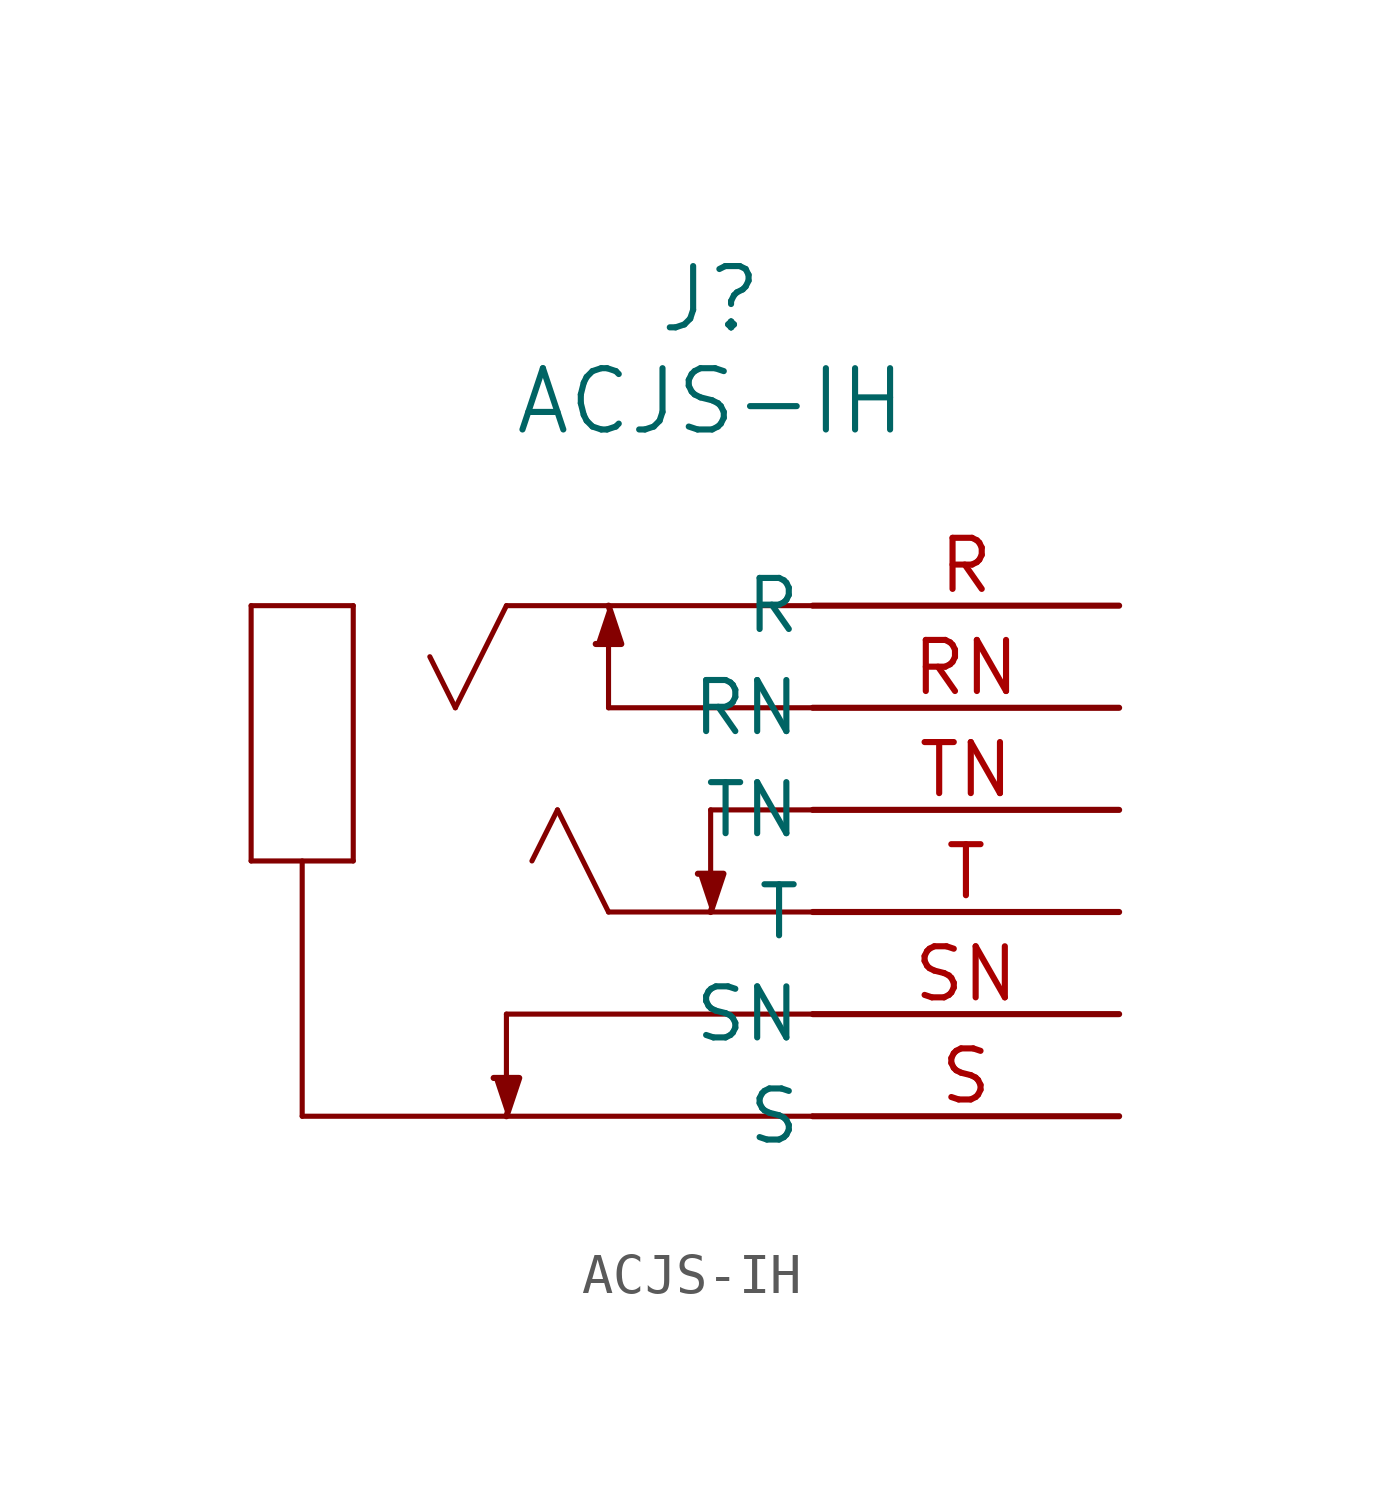
<source format=kicad_sym>
(kicad_symbol_lib
  (version 20231120)
  (generator "kicad_symbol_editor")
  (generator_version "8.0")
  (symbol "ACJS-IH"
    (pin_names
      (offset 0.254))
    (property "Reference" "J"
      (at -10.16 7.62 0)
      (effects (font (size 1.524 1.524))))
    (property "Value" "ACJS-IH"
      (at -10.16 5.08 0)
      (effects (font (size 1.524 1.524))))
    (symbol "ACJS-IH_0_1"
      (polyline (pts (xy -21.59 -6.35) (xy -21.59 0)) (stroke (width 0.127) (type default)) (fill (type none)))
      (polyline (pts (xy -21.59 0) (xy -19.05 0)) (stroke (width 0.127) (type default)) (fill (type none)))
      (polyline (pts (xy -20.32 -6.35) (xy -20.32 -12.7)) (stroke (width 0.127) (type default)) (fill (type none)))
      (polyline (pts (xy -19.05 -6.35) (xy -21.59 -6.35)) (stroke (width 0.127) (type default)) (fill (type none)))
      (polyline (pts (xy -19.05 0) (xy -19.05 -6.35)) (stroke (width 0.127) (type default)) (fill (type none)))
      (polyline (pts (xy -16.51 -2.54) (xy -17.145 -1.27)) (stroke (width 0.127) (type default)) (fill (type none)))
      (polyline (pts (xy -15.24 -11.748) (xy -15.24 -10.16)) (stroke (width 0.127) (type default)) (fill (type none)))
      (polyline (pts (xy -15.24 0) (xy -16.51 -2.54)) (stroke (width 0.127) (type default)) (fill (type none)))
      (polyline (pts (xy -13.97 -5.08) (xy -14.605 -6.35)) (stroke (width 0.127) (type default)) (fill (type none)))
      (polyline (pts (xy -12.7 -7.62) (xy -13.97 -5.08)) (stroke (width 0.127) (type default)) (fill (type none)))
      (polyline (pts (xy -12.7 -0.953) (xy -12.7 -2.54)) (stroke (width 0.127) (type default)) (fill (type none)))
      (polyline (pts (xy -10.16 -6.668) (xy -10.16 -5.08)) (stroke (width 0.127) (type default)) (fill (type none)))
      (polyline (pts (xy -7.62 -12.7) (xy -20.32 -12.7)) (stroke (width 0.127) (type default)) (fill (type none)))
      (polyline (pts (xy -7.62 -10.16) (xy -15.24 -10.16)) (stroke (width 0.127) (type default)) (fill (type none)))
      (polyline (pts (xy -7.62 -7.62) (xy -12.7 -7.62)) (stroke (width 0.127) (type default)) (fill (type none)))
      (polyline (pts (xy -7.62 -5.08) (xy -10.16 -5.08)) (stroke (width 0.127) (type default)) (fill (type none)))
      (polyline (pts (xy -7.62 -2.54) (xy -12.7 -2.54)) (stroke (width 0.127) (type default)) (fill (type none)))
      (polyline (pts (xy -7.62 0) (xy -15.24 0)) (stroke (width 0.127) (type default)) (fill (type none)))
      (polyline (pts (xy -15.24 -12.7) (xy -14.922 -11.748) (xy -15.557 -11.748)) (stroke (width 0) (type default)) (fill (type outline)))
      (polyline (pts (xy -12.7 0) (xy -12.383 -0.953) (xy -13.018 -0.953)) (stroke (width 0) (type default)) (fill (type outline)))
      (polyline (pts (xy -10.16 -7.62) (xy -9.842 -6.668) (xy -10.477 -6.668)) (stroke (width 0) (type default)) (fill (type outline)))
      (pin unspecified line (at 0 0 180) (length 7.62) (name "R" (effects (font (size 1.27 1.27)))) (number "R" (effects (font (size 1.27 1.27)))))
      (pin unspecified line (at 0 -2.54 180) (length 7.62) (name "RN" (effects (font (size 1.27 1.27)))) (number "RN" (effects (font (size 1.27 1.27)))))
      (pin unspecified line (at 0 -12.7 180) (length 7.62) (name "S" (effects (font (size 1.27 1.27)))) (number "S" (effects (font (size 1.27 1.27)))))
      (pin unspecified line (at 0 -10.16 180) (length 7.62) (name "SN" (effects (font (size 1.27 1.27)))) (number "SN" (effects (font (size 1.27 1.27)))))
      (pin unspecified line (at 0 -7.62 180) (length 7.62) (name "T" (effects (font (size 1.27 1.27)))) (number "T" (effects (font (size 1.27 1.27)))))
      (pin unspecified line (at 0 -5.08 180) (length 7.62) (name "TN" (effects (font (size 1.27 1.27)))) (number "TN" (effects (font (size 1.27 1.27))))))))
</source>
